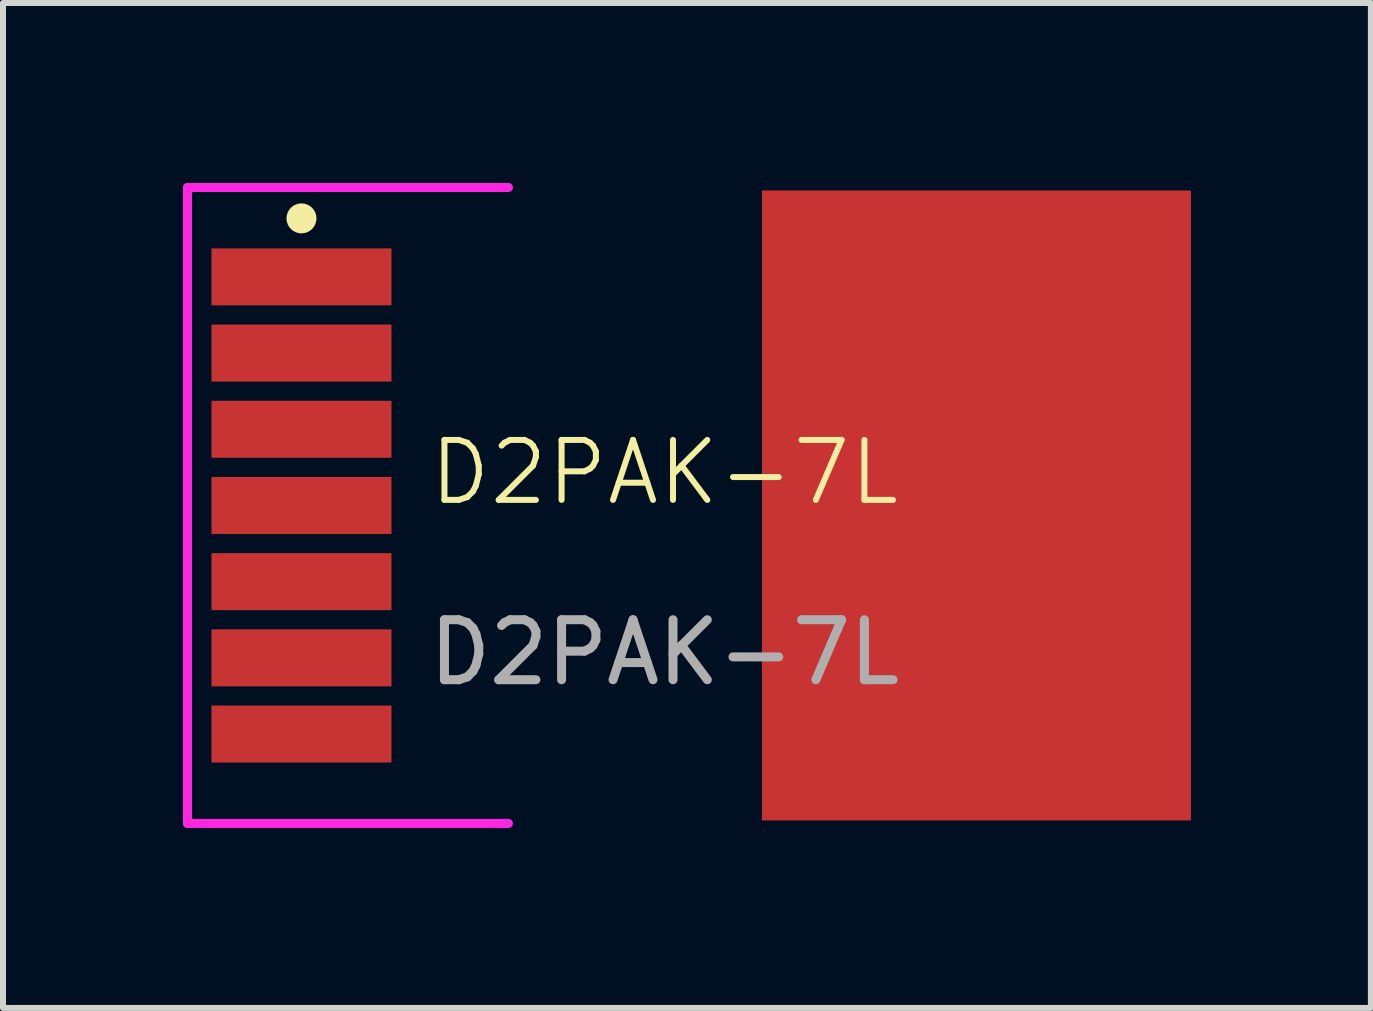
<source format=kicad_pcb>
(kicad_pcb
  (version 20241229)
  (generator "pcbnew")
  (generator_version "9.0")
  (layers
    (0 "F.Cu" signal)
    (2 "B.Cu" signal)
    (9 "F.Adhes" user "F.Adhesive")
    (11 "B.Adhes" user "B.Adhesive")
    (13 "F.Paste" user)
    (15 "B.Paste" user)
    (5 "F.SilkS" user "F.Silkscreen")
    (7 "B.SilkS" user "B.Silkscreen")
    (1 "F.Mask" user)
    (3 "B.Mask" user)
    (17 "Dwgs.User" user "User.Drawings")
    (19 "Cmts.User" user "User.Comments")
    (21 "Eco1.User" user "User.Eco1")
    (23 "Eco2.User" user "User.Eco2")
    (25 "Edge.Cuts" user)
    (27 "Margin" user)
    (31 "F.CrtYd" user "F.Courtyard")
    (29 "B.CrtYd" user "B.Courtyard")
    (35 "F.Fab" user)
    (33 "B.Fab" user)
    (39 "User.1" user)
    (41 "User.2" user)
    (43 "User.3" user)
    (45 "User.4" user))
  (footprint "D2PAK-7L"
    (layer "F.Cu")
    (at 8.025 5.325)
    (property "Reference" "D2PAK-7L" (at 0 -0.5 0) (unlocked yes) (layer "F.SilkS") (effects (font (size 1 1) (thickness 0.1))))
    (attr smd)
    (fp_circle (center -6.05 -4.735) (end -5.925 -4.735) (stroke (width 0.25) (type solid)) (fill no) (layer "F.SilkS"))
    (fp_poly (pts (xy 8.65 5.2) (xy 1.7 5.15) (xy 1.7 -5.1) (xy 8.65 -5.1)) (stroke (width 0.12) (type solid)) (fill yes) (layer "F.Paste"))
    (fp_line (start -7.95 -5.25) (end -7.95 5.35) (stroke (width 0.15) (type solid)) (layer "F.CrtYd"))
    (fp_line (start -7.95 5.35) (end -2.6 5.35) (stroke (width 0.15) (type solid)) (layer "F.CrtYd"))
    (fp_line (start -2.6 -5.25) (end -7.95 -5.25) (stroke (width 0.15) (type solid)) (layer "F.CrtYd"))
    (fp_text user "${REFERENCE}" (at 0 2.5 0) (unlocked yes) (layer "F.Fab") (effects (font (size 1 1) (thickness 0.15))))
    (pad "1" smd rect (at -6.05 -3.76 90) (size 0.95 3) (layers "F.Cu" "F.Mask" "F.Paste"))
    (pad "2" smd rect (at -6.05 -2.49 90) (size 0.95 3) (layers "F.Cu" "F.Mask" "F.Paste"))
    (pad "3" smd rect (at -6.05 -1.22 90) (size 0.95 3) (layers "F.Cu" "F.Mask" "F.Paste"))
    (pad "4" smd rect (at -6.05 0.05 90) (size 0.95 3) (layers "F.Cu" "F.Mask" "F.Paste"))
    (pad "5" smd rect (at -6.05 1.32 90) (size 0.95 3) (layers "F.Cu" "F.Mask" "F.Paste"))
    (pad "6" smd rect (at -6.05 2.59 90) (size 0.95 3) (layers "F.Cu" "F.Mask" "F.Paste"))
    (pad "7" smd rect (at -6.05 3.86 90) (size 0.95 3) (layers "F.Cu" "F.Mask" "F.Paste"))
    (pad "8" smd rect (at 5.2 0.05 90) (size 10.5 7.15) (layers "F.Cu" "F.Mask")))
  (gr_rect
    (start -3 -3)
    (end 19.8 13.75)
    (stroke (width 0.1) (type default))
    (fill no)
    (layer "Edge.Cuts")))
</source>
